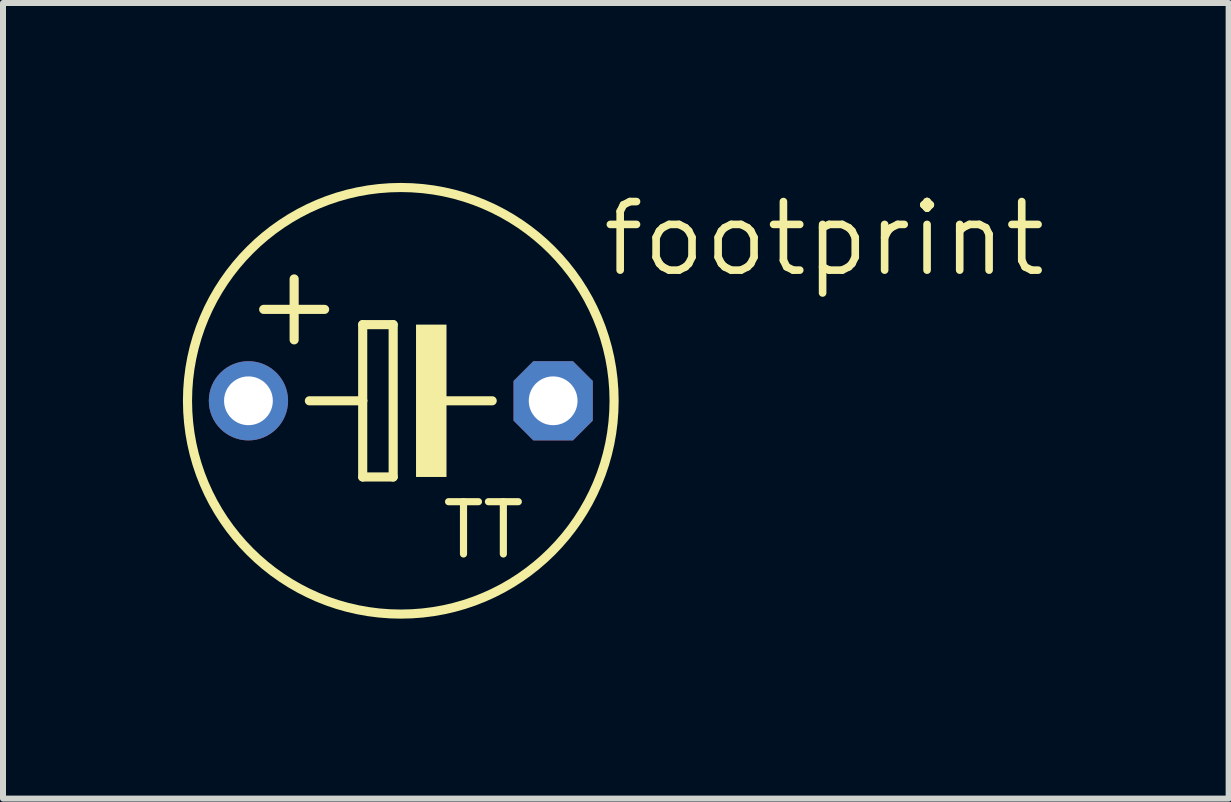
<source format=kicad_pcb>
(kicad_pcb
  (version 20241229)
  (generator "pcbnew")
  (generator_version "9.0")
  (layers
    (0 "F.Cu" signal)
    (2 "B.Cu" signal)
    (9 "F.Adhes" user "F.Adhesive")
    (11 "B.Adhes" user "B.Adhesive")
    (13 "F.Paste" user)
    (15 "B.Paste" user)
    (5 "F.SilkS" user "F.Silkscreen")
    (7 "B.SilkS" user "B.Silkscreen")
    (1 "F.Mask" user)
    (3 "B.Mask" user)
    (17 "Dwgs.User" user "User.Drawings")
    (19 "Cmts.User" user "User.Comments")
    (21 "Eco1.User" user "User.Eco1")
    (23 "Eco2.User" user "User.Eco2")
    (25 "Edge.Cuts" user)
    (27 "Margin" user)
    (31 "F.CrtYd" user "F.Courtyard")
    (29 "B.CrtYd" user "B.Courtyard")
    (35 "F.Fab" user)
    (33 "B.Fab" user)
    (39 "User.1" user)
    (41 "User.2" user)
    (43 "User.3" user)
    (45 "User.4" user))
  (footprint "footprint"
    (layer "F.Cu")
    (at 3.632 3.632)
    (property "Reference" "footprint" (at 3.302 -2.032 0) (layer "F.SilkS") (effects (font (size 1.143 1.143) (thickness 0.127)) (justify left bottom)))
    (fp_line (start -2.286 -1.524) (end -1.27 -1.524) (stroke (width 0.152) (type solid)) (layer "F.SilkS"))
    (fp_line (start -1.778 -1.016) (end -1.778 -2.032) (stroke (width 0.152) (type solid)) (layer "F.SilkS"))
    (fp_line (start -1.524 0) (end -0.635 0) (stroke (width 0.152) (type solid)) (layer "F.SilkS"))
    (fp_line (start -0.635 -1.27) (end -0.635 0) (stroke (width 0.152) (type solid)) (layer "F.SilkS"))
    (fp_line (start -0.635 0) (end -0.635 1.27) (stroke (width 0.152) (type solid)) (layer "F.SilkS"))
    (fp_line (start -0.635 1.27) (end -0.127 1.27) (stroke (width 0.152) (type solid)) (layer "F.SilkS"))
    (fp_line (start -0.127 -1.27) (end -0.635 -1.27) (stroke (width 0.152) (type solid)) (layer "F.SilkS"))
    (fp_line (start -0.127 1.27) (end -0.127 -1.27) (stroke (width 0.152) (type solid)) (layer "F.SilkS"))
    (fp_line (start 0.635 0) (end 1.524 0) (stroke (width 0.152) (type solid)) (layer "F.SilkS"))
    (fp_circle (center 0 0) (end 3.556 0) (stroke (width 0.152) (type solid)) (fill no) (layer "F.SilkS"))
    (fp_poly (pts (xy 0.254 1.27) (xy 0.762 1.27) (xy 0.762 -1.27) (xy 0.254 -1.27)) (stroke (width 0) (type solid)) (fill yes) (layer "F.SilkS"))
    (fp_text user "TT" (at 0.635 2.667 0) (layer "F.SilkS") (effects (font (size 0.872 0.872) (thickness 0.119)) (justify left bottom)))
    (pad "+" thru_hole circle (at -2.54 0) (size 1.321 1.321) (drill 0.813) (layers "*.Cu" "*.Mask"))
    (pad "-" thru_hole roundrect (at 2.54 0) (size 1.321 1.321) (drill 0.813) (layers "*.Cu" "*.Mask") (roundrect_rratio 0.25) (chamfer_ratio 0.25) (chamfer top_left top_right bottom_left bottom_right)))
  (gr_rect
    (start -3 -3)
    (end 17.434 10.264)
    (stroke (width 0.1) (type default))
    (fill no)
    (layer "Edge.Cuts")))
</source>
